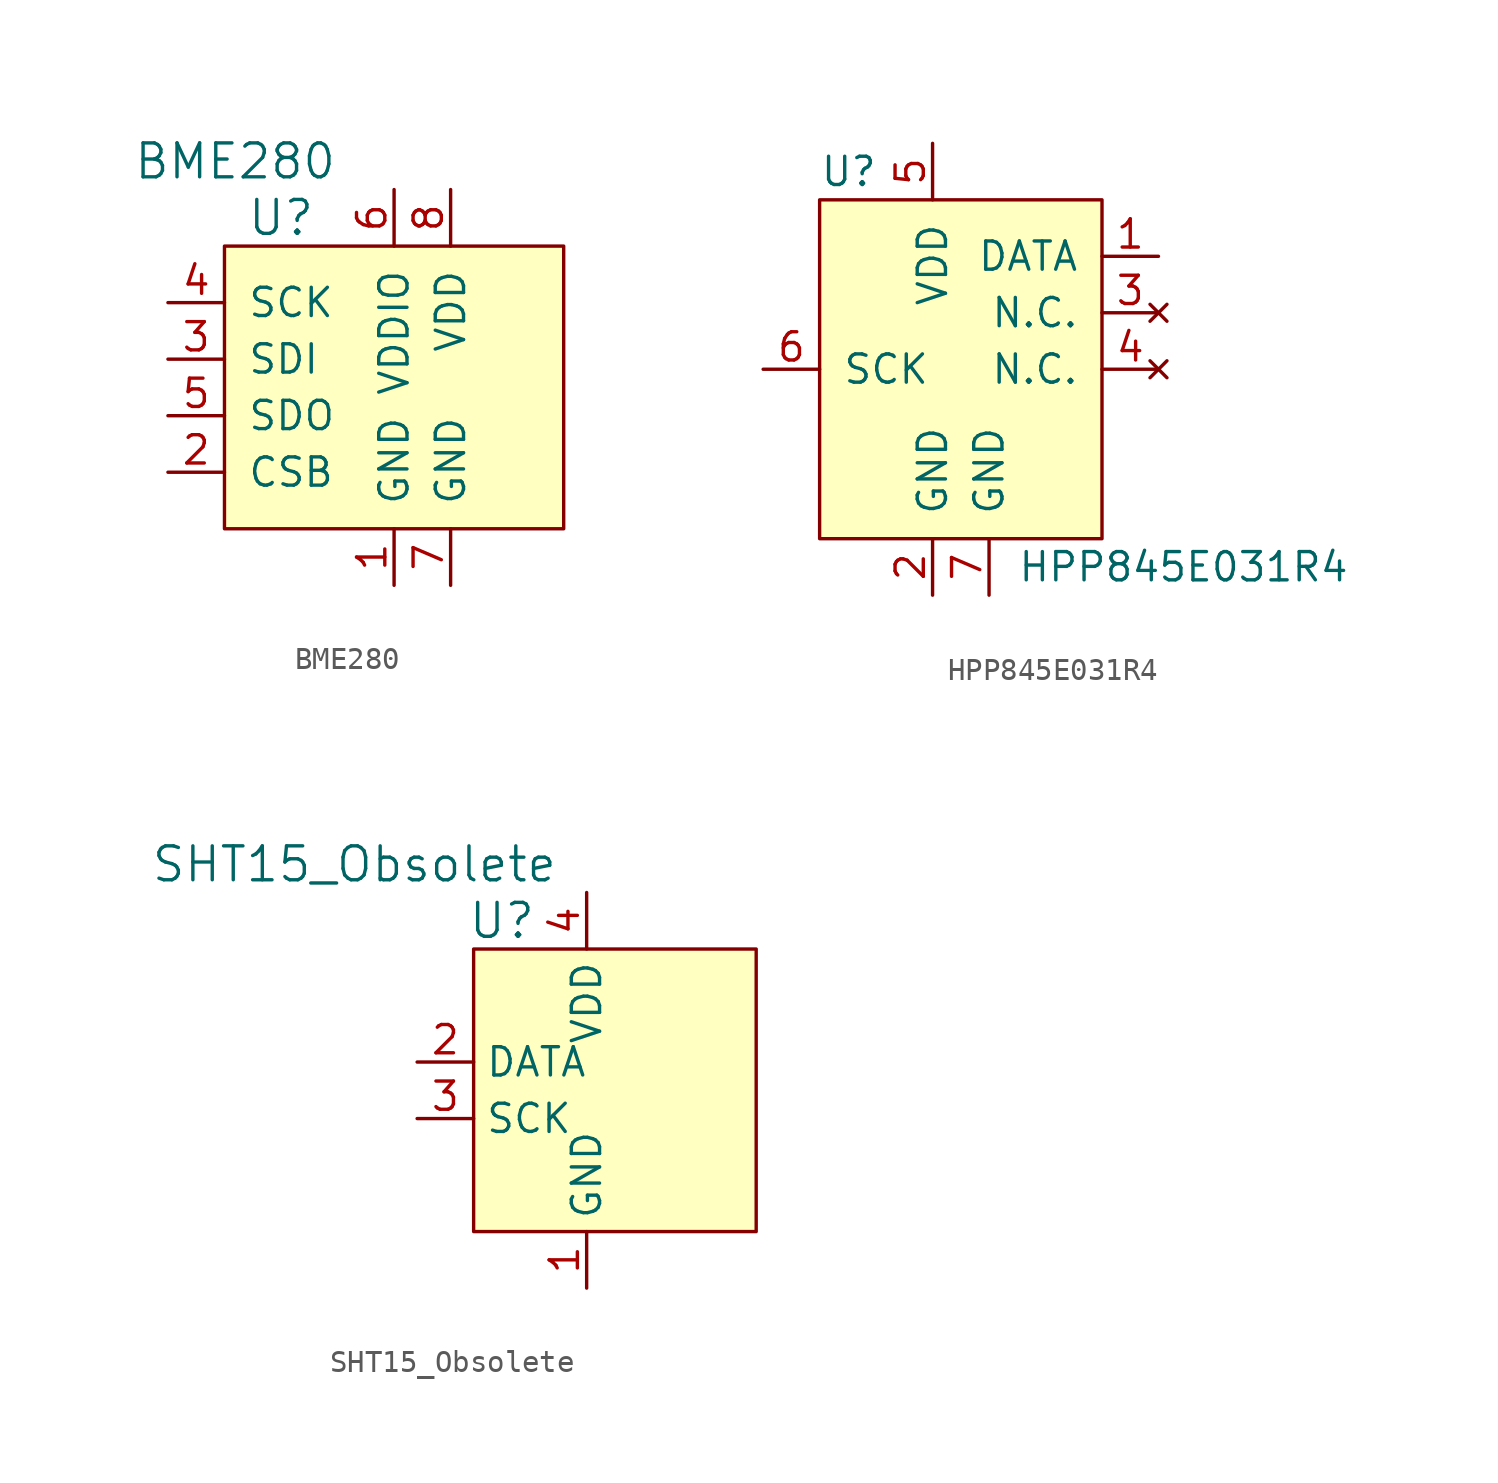
<source format=kicad_sym>
(kicad_symbol_lib
  (version 20231120)
  (generator "kicad_symbol_editor")
  (generator_version "8.0")
  (symbol "BME280"
    (pin_names
      (offset 1.016))
    (property "Reference" "U"
      (at -5.08 8.89 0)
      (effects (font (size 1.524 1.524))))
    (property "Value" "BME280"
      (at -2.54 11.43 0)
      (effects (font (size 1.524 1.524)) (justify right)))
    (symbol "BME280_0_1"
      (rectangle (start 7.62 7.62) (end -7.62 -5.08) (stroke (width 0) (type default)) (fill (type background))))
    (symbol "BME280_1_1"
      (pin power_in line (at 0 -7.62 90) (length 2.54) (name "GND" (effects (font (size 1.27 1.27)))) (number "1" (effects (font (size 1.27 1.27)))))
      (pin input line (at -10.16 -2.54 0) (length 2.54) (name "CSB" (effects (font (size 1.27 1.27)))) (number "2" (effects (font (size 1.27 1.27)))))
      (pin bidirectional line (at -10.16 2.54 0) (length 2.54) (name "SDI" (effects (font (size 1.27 1.27)))) (number "3" (effects (font (size 1.27 1.27)))))
      (pin input line (at -10.16 5.08 0) (length 2.54) (name "SCK" (effects (font (size 1.27 1.27)))) (number "4" (effects (font (size 1.27 1.27)))))
      (pin bidirectional line (at -10.16 0 0) (length 2.54) (name "SDO" (effects (font (size 1.27 1.27)))) (number "5" (effects (font (size 1.27 1.27)))))
      (pin power_in line (at 0 10.16 270) (length 2.54) (name "VDDIO" (effects (font (size 1.27 1.27)))) (number "6" (effects (font (size 1.27 1.27)))))
      (pin power_in line (at 2.54 -7.62 90) (length 2.54) (name "GND" (effects (font (size 1.27 1.27)))) (number "7" (effects (font (size 1.27 1.27)))))
      (pin power_in line (at 2.54 10.16 270) (length 2.54) (name "VDD" (effects (font (size 1.27 1.27)))) (number "8" (effects (font (size 1.27 1.27)))))))
  (symbol "HPP845E031R4"
    (pin_names
      (offset 1.016))
    (property "Reference" "U"
      (at -5.08 8.89 0)
      (effects (font (size 1.27 1.27)) (justify left)))
    (property "Value" "HPP845E031R4"
      (at 3.81 -8.89 0)
      (effects (font (size 1.27 1.27)) (justify left)))
    (symbol "HPP845E031R4_0_1"
      (rectangle (start -5.08 7.62) (end 7.62 -7.62) (stroke (width 0) (type default)) (fill (type background))))
    (symbol "HPP845E031R4_1_1"
      (pin bidirectional line (at 10.16 5.08 180) (length 2.54) (name "DATA" (effects (font (size 1.27 1.27)))) (number "1" (effects (font (size 1.27 1.27)))))
      (pin power_in line (at 0 -10.16 90) (length 2.54) (name "GND" (effects (font (size 1.27 1.27)))) (number "2" (effects (font (size 1.27 1.27)))))
      (pin no_connect line (at 10.16 2.54 180) (length 2.54) (name "N.C." (effects (font (size 1.27 1.27)))) (number "3" (effects (font (size 1.27 1.27)))))
      (pin no_connect line (at 10.16 0 180) (length 2.54) (name "N.C." (effects (font (size 1.27 1.27)))) (number "4" (effects (font (size 1.27 1.27)))))
      (pin power_in line (at 0 10.16 270) (length 2.54) (name "VDD" (effects (font (size 1.27 1.27)))) (number "5" (effects (font (size 1.27 1.27)))))
      (pin input line (at -7.62 0 0) (length 2.54) (name "SCK" (effects (font (size 1.27 1.27)))) (number "6" (effects (font (size 1.27 1.27)))))
      (pin passive line (at 2.54 -10.16 90) (length 2.54) (name "GND" (effects (font (size 1.27 1.27)))) (number "7" (effects (font (size 1.27 1.27)))))))
  (symbol "SHT15_Obsolete"
    (property "Reference" "U"
      (at -6.35 8.89 0)
      (effects (font (size 1.524 1.524))))
    (property "Value" "SHT15_Obsolete"
      (at -3.81 11.43 0)
      (effects (font (size 1.524 1.524)) (justify right)))
    (symbol "SHT15_Obsolete_0_1"
      (rectangle (start -7.62 7.62) (end 5.08 -5.08) (stroke (width 0) (type default)) (fill (type background))))
    (symbol "SHT15_Obsolete_1_1"
      (pin power_in line (at -2.54 -7.62 90) (length 2.54) (name "GND" (effects (font (size 1.27 1.27)))) (number "1" (effects (font (size 1.27 1.27)))))
      (pin bidirectional line (at -10.16 2.54 0) (length 2.54) (name "DATA" (effects (font (size 1.27 1.27)))) (number "2" (effects (font (size 1.27 1.27)))))
      (pin input line (at -10.16 0 0) (length 2.54) (name "SCK" (effects (font (size 1.27 1.27)))) (number "3" (effects (font (size 1.27 1.27)))))
      (pin power_in line (at -2.54 10.16 270) (length 2.54) (name "VDD" (effects (font (size 1.27 1.27)))) (number "4" (effects (font (size 1.27 1.27)))))
      (pin no_connect line (at 5.08 5.08 180) (length 2.54) hide (name "NC" (effects (font (size 1.27 1.27)))) (number "5" (effects (font (size 1.27 1.27)))))
      (pin no_connect line (at 5.08 2.54 180) (length 2.54) hide (name "NC" (effects (font (size 1.27 1.27)))) (number "6" (effects (font (size 1.27 1.27)))))
      (pin no_connect line (at 5.08 0 180) (length 2.54) hide (name "NC" (effects (font (size 1.27 1.27)))) (number "7" (effects (font (size 1.27 1.27)))))
      (pin no_connect line (at 5.08 -2.54 180) (length 2.54) hide (name "NC" (effects (font (size 1.27 1.27)))) (number "8" (effects (font (size 1.27 1.27))))))))
</source>
